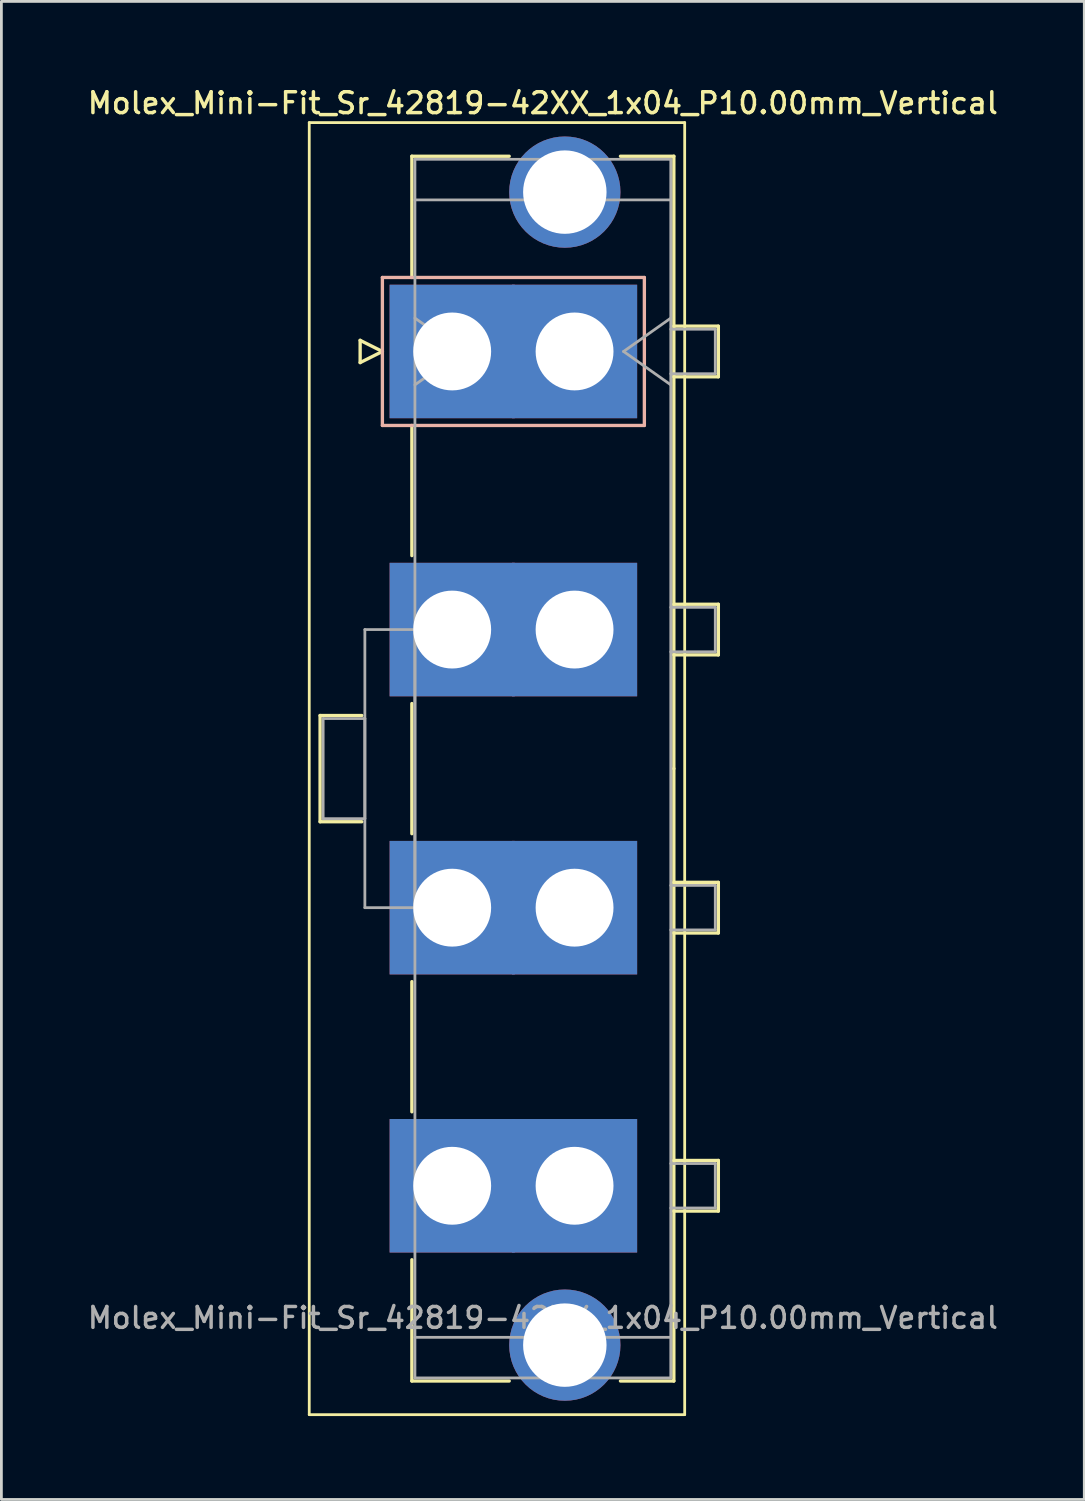
<source format=kicad_pcb>
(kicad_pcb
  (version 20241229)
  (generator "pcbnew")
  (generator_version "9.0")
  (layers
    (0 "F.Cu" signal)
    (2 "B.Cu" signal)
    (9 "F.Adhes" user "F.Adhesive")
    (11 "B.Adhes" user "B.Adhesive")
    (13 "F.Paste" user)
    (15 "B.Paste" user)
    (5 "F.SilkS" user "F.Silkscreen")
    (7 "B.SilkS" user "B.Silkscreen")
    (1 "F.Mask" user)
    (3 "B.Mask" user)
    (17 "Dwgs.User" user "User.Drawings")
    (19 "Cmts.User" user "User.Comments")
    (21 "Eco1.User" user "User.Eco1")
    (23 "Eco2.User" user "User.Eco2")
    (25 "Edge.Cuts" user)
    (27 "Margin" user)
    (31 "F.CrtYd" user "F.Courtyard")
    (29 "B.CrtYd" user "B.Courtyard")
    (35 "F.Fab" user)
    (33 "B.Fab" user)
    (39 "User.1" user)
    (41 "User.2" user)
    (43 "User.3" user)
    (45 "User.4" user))
  (footprint "Molex_Mini-Fit_Sr_42819-42XX_1x04_P10.00mm_Vertical"
    (layer "F.Cu")
    (at 13.21 9.588)
    (property "Reference" "Molex_Mini-Fit_Sr_42819-42XX_1x04_P10.00mm_Vertical" (at 3.26 -8.93 0) (layer "F.SilkS") (effects (font (size 0.75 0.75) (thickness 0.125))))
    (attr through_hole)
    (fp_line (start -5.14 -8.23) (end -5.14 38.23) (stroke (width 0.1) (type solid)) (layer "F.SilkS"))
    (fp_line (start -5.14 38.23) (end 8.36 38.23) (stroke (width 0.1) (type solid)) (layer "F.SilkS"))
    (fp_line (start -4.75 13.09) (end -4.75 16.91) (stroke (width 0.12) (type solid)) (layer "F.SilkS"))
    (fp_line (start -4.75 16.91) (end -3.25 16.91) (stroke (width 0.12) (type solid)) (layer "F.SilkS"))
    (fp_line (start -3.31 -0.4) (end -3.31 0.4) (stroke (width 0.12) (type solid)) (layer "F.SilkS"))
    (fp_line (start -3.31 0.4) (end -2.51 0) (stroke (width 0.12) (type solid)) (layer "F.SilkS"))
    (fp_line (start -3.25 13.09) (end -4.75 13.09) (stroke (width 0.12) (type solid)) (layer "F.SilkS"))
    (fp_line (start -2.51 0) (end -3.31 -0.4) (stroke (width 0.12) (type solid)) (layer "F.SilkS"))
    (fp_line (start -1.45 -7.02) (end 2.05 -7.02) (stroke (width 0.12) (type solid)) (layer "F.SilkS"))
    (fp_line (start -1.45 -2.66) (end -1.45 -7.02) (stroke (width 0.12) (type solid)) (layer "F.SilkS"))
    (fp_line (start -1.45 2.66) (end -1.45 7.34) (stroke (width 0.12) (type solid)) (layer "F.SilkS"))
    (fp_line (start -1.45 12.66) (end -1.45 17.34) (stroke (width 0.12) (type solid)) (layer "F.SilkS"))
    (fp_line (start -1.45 22.66) (end -1.45 27.34) (stroke (width 0.12) (type solid)) (layer "F.SilkS"))
    (fp_line (start -1.45 32.66) (end -1.45 37.02) (stroke (width 0.12) (type solid)) (layer "F.SilkS"))
    (fp_line (start -1.45 37.02) (end 2.05 37.02) (stroke (width 0.12) (type solid)) (layer "F.SilkS"))
    (fp_line (start 6.05 -7.02) (end 7.97 -7.02) (stroke (width 0.12) (type solid)) (layer "F.SilkS"))
    (fp_line (start 6.05 37.02) (end 7.97 37.02) (stroke (width 0.12) (type solid)) (layer "F.SilkS"))
    (fp_line (start 7.97 -7.02) (end 7.97 15) (stroke (width 0.12) (type solid)) (layer "F.SilkS"))
    (fp_line (start 7.97 -0.91) (end 9.57 -0.91) (stroke (width 0.12) (type solid)) (layer "F.SilkS"))
    (fp_line (start 7.97 9.09) (end 9.57 9.09) (stroke (width 0.12) (type solid)) (layer "F.SilkS"))
    (fp_line (start 7.97 19.09) (end 9.57 19.09) (stroke (width 0.12) (type solid)) (layer "F.SilkS"))
    (fp_line (start 7.97 29.09) (end 9.57 29.09) (stroke (width 0.12) (type solid)) (layer "F.SilkS"))
    (fp_line (start 7.97 37.02) (end 7.97 15) (stroke (width 0.12) (type solid)) (layer "F.SilkS"))
    (fp_line (start 8.36 -8.23) (end -5.14 -8.23) (stroke (width 0.1) (type solid)) (layer "F.SilkS"))
    (fp_line (start 8.36 38.23) (end 8.36 -8.23) (stroke (width 0.1) (type solid)) (layer "F.SilkS"))
    (fp_line (start 9.57 -0.91) (end 9.57 0.91) (stroke (width 0.12) (type solid)) (layer "F.SilkS"))
    (fp_line (start 9.57 0.91) (end 7.97 0.91) (stroke (width 0.12) (type solid)) (layer "F.SilkS"))
    (fp_line (start 9.57 9.09) (end 9.57 10.91) (stroke (width 0.12) (type solid)) (layer "F.SilkS"))
    (fp_line (start 9.57 10.91) (end 7.97 10.91) (stroke (width 0.12) (type solid)) (layer "F.SilkS"))
    (fp_line (start 9.57 19.09) (end 9.57 20.91) (stroke (width 0.12) (type solid)) (layer "F.SilkS"))
    (fp_line (start 9.57 20.91) (end 7.97 20.91) (stroke (width 0.12) (type solid)) (layer "F.SilkS"))
    (fp_line (start 9.57 29.09) (end 9.57 30.91) (stroke (width 0.12) (type solid)) (layer "F.SilkS"))
    (fp_line (start 9.57 30.91) (end 7.97 30.91) (stroke (width 0.12) (type solid)) (layer "F.SilkS"))
    (fp_line (start -2.51 -2.66) (end -2.51 2.66) (stroke (width 0.12) (type solid)) (layer "B.SilkS"))
    (fp_line (start -2.51 2.66) (end 6.91 2.66) (stroke (width 0.12) (type solid)) (layer "B.SilkS"))
    (fp_line (start 6.91 -2.66) (end -2.51 -2.66) (stroke (width 0.12) (type solid)) (layer "B.SilkS"))
    (fp_line (start 6.91 2.66) (end 6.91 -2.66) (stroke (width 0.12) (type solid)) (layer "B.SilkS"))
    (fp_line (start -4.64 13.2) (end -3.14 13.2) (stroke (width 0.1) (type solid)) (layer "F.Fab"))
    (fp_line (start -4.64 16.8) (end -4.64 13.2) (stroke (width 0.1) (type solid)) (layer "F.Fab"))
    (fp_line (start -3.14 10) (end -1.34 10) (stroke (width 0.1) (type solid)) (layer "F.Fab"))
    (fp_line (start -3.14 13.2) (end -3.14 16.8) (stroke (width 0.1) (type solid)) (layer "F.Fab"))
    (fp_line (start -3.14 16.8) (end -4.64 16.8) (stroke (width 0.1) (type solid)) (layer "F.Fab"))
    (fp_line (start -3.14 20) (end -3.14 10) (stroke (width 0.1) (type solid)) (layer "F.Fab"))
    (fp_line (start -1.34 -6.91) (end -1.34 36.91) (stroke (width 0.1) (type solid)) (layer "F.Fab"))
    (fp_line (start -1.34 -5.45) (end 7.86 -5.45) (stroke (width 0.1) (type solid)) (layer "F.Fab"))
    (fp_line (start -1.34 -1.2) (end 0.357 0) (stroke (width 0.1) (type solid)) (layer "F.Fab"))
    (fp_line (start -1.34 10) (end -1.34 20) (stroke (width 0.1) (type solid)) (layer "F.Fab"))
    (fp_line (start -1.34 20) (end -3.14 20) (stroke (width 0.1) (type solid)) (layer "F.Fab"))
    (fp_line (start -1.34 35.45) (end 7.86 35.45) (stroke (width 0.1) (type solid)) (layer "F.Fab"))
    (fp_line (start -1.34 36.91) (end 7.86 36.91) (stroke (width 0.1) (type solid)) (layer "F.Fab"))
    (fp_line (start 0.357 0) (end -1.34 1.2) (stroke (width 0.1) (type solid)) (layer "F.Fab"))
    (fp_line (start 6.163 0) (end 7.86 1.2) (stroke (width 0.1) (type solid)) (layer "F.Fab"))
    (fp_line (start 7.86 -6.91) (end -1.34 -6.91) (stroke (width 0.1) (type solid)) (layer "F.Fab"))
    (fp_line (start 7.86 -1.2) (end 6.163 0) (stroke (width 0.1) (type solid)) (layer "F.Fab"))
    (fp_line (start 7.86 -0.8) (end 9.46 -0.8) (stroke (width 0.1) (type solid)) (layer "F.Fab"))
    (fp_line (start 7.86 9.2) (end 9.46 9.2) (stroke (width 0.1) (type solid)) (layer "F.Fab"))
    (fp_line (start 7.86 19.2) (end 9.46 19.2) (stroke (width 0.1) (type solid)) (layer "F.Fab"))
    (fp_line (start 7.86 29.2) (end 9.46 29.2) (stroke (width 0.1) (type solid)) (layer "F.Fab"))
    (fp_line (start 7.86 36.91) (end 7.86 -6.91) (stroke (width 0.1) (type solid)) (layer "F.Fab"))
    (fp_line (start 9.46 -0.8) (end 9.46 0.8) (stroke (width 0.1) (type solid)) (layer "F.Fab"))
    (fp_line (start 9.46 0.8) (end 7.86 0.8) (stroke (width 0.1) (type solid)) (layer "F.Fab"))
    (fp_line (start 9.46 9.2) (end 9.46 10.8) (stroke (width 0.1) (type solid)) (layer "F.Fab"))
    (fp_line (start 9.46 10.8) (end 7.86 10.8) (stroke (width 0.1) (type solid)) (layer "F.Fab"))
    (fp_line (start 9.46 19.2) (end 9.46 20.8) (stroke (width 0.1) (type solid)) (layer "F.Fab"))
    (fp_line (start 9.46 20.8) (end 7.86 20.8) (stroke (width 0.1) (type solid)) (layer "F.Fab"))
    (fp_line (start 9.46 29.2) (end 9.46 30.8) (stroke (width 0.1) (type solid)) (layer "F.Fab"))
    (fp_line (start 9.46 30.8) (end 7.86 30.8) (stroke (width 0.1) (type solid)) (layer "F.Fab"))
    (fp_text user "${REFERENCE}" (at 3.26 34.75 0) (layer "F.Fab") (effects (font (size 0.75 0.75) (thickness 0.125))))
    (pad "" thru_hole circle (at 4.05 -5.73) (size 4 4) (drill 3) (layers "*.Cu" "*.Mask"))
    (pad "" thru_hole circle (at 4.05 35.73) (size 4 4) (drill 3) (layers "*.Cu" "*.Mask"))
    (pad "1" thru_hole rect (at 0 0) (size 4.5 4.8) (drill 2.8) (layers "*.Cu" "*.Mask"))
    (pad "1" thru_hole rect (at 4.4 0) (size 4.5 4.8) (drill 2.8) (layers "*.Cu" "*.Mask"))
    (pad "2" thru_hole rect (at 0 10) (size 4.5 4.8) (drill 2.8) (layers "*.Cu" "*.Mask"))
    (pad "2" thru_hole rect (at 4.4 10) (size 4.5 4.8) (drill 2.8) (layers "*.Cu" "*.Mask"))
    (pad "3" thru_hole rect (at 0 20) (size 4.5 4.8) (drill 2.8) (layers "*.Cu" "*.Mask"))
    (pad "3" thru_hole rect (at 4.4 20) (size 4.5 4.8) (drill 2.8) (layers "*.Cu" "*.Mask"))
    (pad "4" thru_hole rect (at 0 30) (size 4.5 4.8) (drill 2.8) (layers "*.Cu" "*.Mask"))
    (pad "4" thru_hole rect (at 4.4 30) (size 4.5 4.8) (drill 2.8) (layers "*.Cu" "*.Mask")))
  (gr_rect
    (start -3 -3)
    (end 35.939 50.868)
    (stroke (width 0.1) (type default))
    (fill no)
    (layer "Edge.Cuts")))
</source>
